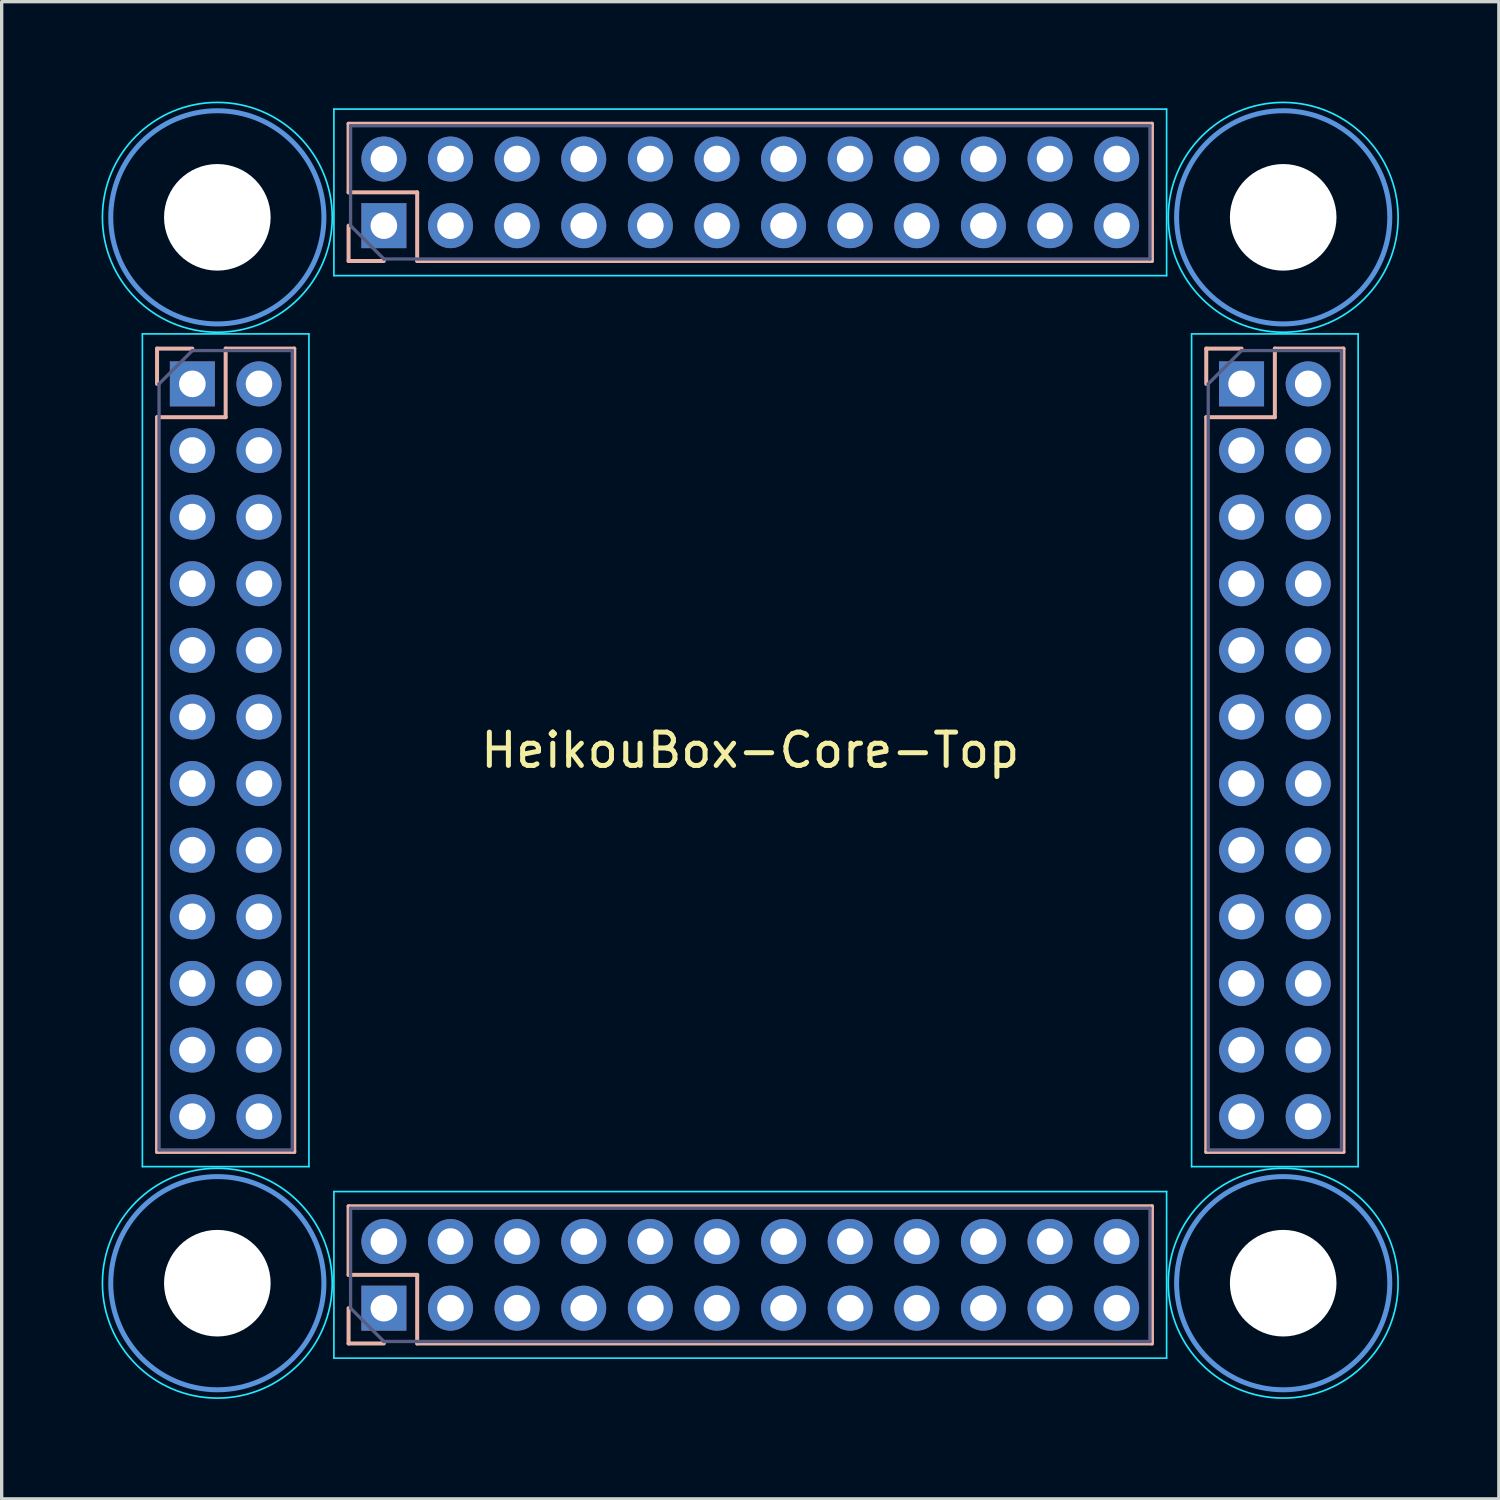
<source format=kicad_pcb>
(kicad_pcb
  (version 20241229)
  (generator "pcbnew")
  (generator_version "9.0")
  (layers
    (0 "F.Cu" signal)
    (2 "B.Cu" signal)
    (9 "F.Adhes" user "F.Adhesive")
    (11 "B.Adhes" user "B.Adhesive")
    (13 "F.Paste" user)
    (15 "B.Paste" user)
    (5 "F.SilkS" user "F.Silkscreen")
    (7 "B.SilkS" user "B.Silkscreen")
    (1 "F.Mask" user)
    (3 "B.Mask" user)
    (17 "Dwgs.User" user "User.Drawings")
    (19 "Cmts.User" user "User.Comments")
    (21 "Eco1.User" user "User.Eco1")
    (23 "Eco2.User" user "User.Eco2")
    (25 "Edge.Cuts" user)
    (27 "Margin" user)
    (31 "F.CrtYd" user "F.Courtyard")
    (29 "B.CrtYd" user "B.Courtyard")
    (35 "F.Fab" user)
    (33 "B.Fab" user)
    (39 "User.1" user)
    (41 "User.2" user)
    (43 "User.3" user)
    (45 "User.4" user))
  (footprint "HeikouBox-Core-Top"
    (layer "F.Cu")
    (at 19.475 19.475)
    (property "Reference" "HeikouBox-Core-Top" (at 0 0 0) (layer "F.SilkS") (effects (font (size 1 1) (thickness 0.15))))
    (attr through_hole)
    (fp_line (start -17.81 -12.06) (end -16.75 -12.06) (stroke (width 0.12) (type solid)) (layer "B.SilkS"))
    (fp_line (start -17.81 -11) (end -17.81 -12.06) (stroke (width 0.12) (type solid)) (layer "B.SilkS"))
    (fp_line (start -17.81 -10) (end -17.81 12.06) (stroke (width 0.12) (type solid)) (layer "B.SilkS"))
    (fp_line (start -17.81 -10) (end -15.75 -10) (stroke (width 0.12) (type solid)) (layer "B.SilkS"))
    (fp_line (start -17.81 12.06) (end -13.69 12.06) (stroke (width 0.12) (type solid)) (layer "B.SilkS"))
    (fp_line (start -15.75 -12.06) (end -13.69 -12.06) (stroke (width 0.12) (type solid)) (layer "B.SilkS"))
    (fp_line (start -15.75 -10) (end -15.75 -12.06) (stroke (width 0.12) (type solid)) (layer "B.SilkS"))
    (fp_line (start -13.69 -12.06) (end -13.69 12.06) (stroke (width 0.12) (type solid)) (layer "B.SilkS"))
    (fp_line (start -12.06 -18.81) (end 12.06 -18.81) (stroke (width 0.12) (type solid)) (layer "B.SilkS"))
    (fp_line (start -12.06 -16.75) (end -12.06 -18.81) (stroke (width 0.12) (type solid)) (layer "B.SilkS"))
    (fp_line (start -12.06 -14.69) (end -12.06 -15.75) (stroke (width 0.12) (type solid)) (layer "B.SilkS"))
    (fp_line (start -12.06 13.69) (end 12.06 13.69) (stroke (width 0.12) (type solid)) (layer "B.SilkS"))
    (fp_line (start -12.06 15.75) (end -12.06 13.69) (stroke (width 0.12) (type solid)) (layer "B.SilkS"))
    (fp_line (start -12.06 17.81) (end -12.06 16.75) (stroke (width 0.12) (type solid)) (layer "B.SilkS"))
    (fp_line (start -11 -14.69) (end -12.06 -14.69) (stroke (width 0.12) (type solid)) (layer "B.SilkS"))
    (fp_line (start -11 17.81) (end -12.06 17.81) (stroke (width 0.12) (type solid)) (layer "B.SilkS"))
    (fp_line (start -10 -16.75) (end -12.06 -16.75) (stroke (width 0.12) (type solid)) (layer "B.SilkS"))
    (fp_line (start -10 -14.69) (end -10 -16.75) (stroke (width 0.12) (type solid)) (layer "B.SilkS"))
    (fp_line (start -10 -14.69) (end 12.06 -14.69) (stroke (width 0.12) (type solid)) (layer "B.SilkS"))
    (fp_line (start -10 15.75) (end -12.06 15.75) (stroke (width 0.12) (type solid)) (layer "B.SilkS"))
    (fp_line (start -10 17.81) (end -10 15.75) (stroke (width 0.12) (type solid)) (layer "B.SilkS"))
    (fp_line (start -10 17.81) (end 12.06 17.81) (stroke (width 0.12) (type solid)) (layer "B.SilkS"))
    (fp_line (start 12.06 -14.69) (end 12.06 -18.81) (stroke (width 0.12) (type solid)) (layer "B.SilkS"))
    (fp_line (start 12.06 17.81) (end 12.06 13.69) (stroke (width 0.12) (type solid)) (layer "B.SilkS"))
    (fp_line (start 13.69 -12.06) (end 14.75 -12.06) (stroke (width 0.12) (type solid)) (layer "B.SilkS"))
    (fp_line (start 13.69 -11) (end 13.69 -12.06) (stroke (width 0.12) (type solid)) (layer "B.SilkS"))
    (fp_line (start 13.69 -10) (end 13.69 12.06) (stroke (width 0.12) (type solid)) (layer "B.SilkS"))
    (fp_line (start 13.69 -10) (end 15.75 -10) (stroke (width 0.12) (type solid)) (layer "B.SilkS"))
    (fp_line (start 13.69 12.06) (end 17.81 12.06) (stroke (width 0.12) (type solid)) (layer "B.SilkS"))
    (fp_line (start 15.75 -12.06) (end 17.81 -12.06) (stroke (width 0.12) (type solid)) (layer "B.SilkS"))
    (fp_line (start 15.75 -10) (end 15.75 -12.06) (stroke (width 0.12) (type solid)) (layer "B.SilkS"))
    (fp_line (start 17.81 -12.06) (end 17.81 12.06) (stroke (width 0.12) (type solid)) (layer "B.SilkS"))
    (fp_circle (center -16 -16) (end -12.8 -16) (stroke (width 0.15) (type solid)) (fill no) (layer "Cmts.User"))
    (fp_circle (center -16 16) (end -12.8 16) (stroke (width 0.15) (type solid)) (fill no) (layer "Cmts.User"))
    (fp_circle (center 16 -16) (end 19.2 -16) (stroke (width 0.15) (type solid)) (fill no) (layer "Cmts.User"))
    (fp_circle (center 16 16) (end 19.2 16) (stroke (width 0.15) (type solid)) (fill no) (layer "Cmts.User"))
    (fp_line (start -18.25 -12.5) (end -18.25 12.5) (stroke (width 0.05) (type solid)) (layer "B.CrtYd"))
    (fp_line (start -18.25 12.5) (end -13.25 12.5) (stroke (width 0.05) (type solid)) (layer "B.CrtYd"))
    (fp_line (start -13.25 -12.5) (end -18.25 -12.5) (stroke (width 0.05) (type solid)) (layer "B.CrtYd"))
    (fp_line (start -13.25 12.5) (end -13.25 -12.5) (stroke (width 0.05) (type solid)) (layer "B.CrtYd"))
    (fp_line (start -12.5 -19.25) (end -12.5 -14.25) (stroke (width 0.05) (type solid)) (layer "B.CrtYd"))
    (fp_line (start -12.5 -14.25) (end 12.5 -14.25) (stroke (width 0.05) (type solid)) (layer "B.CrtYd"))
    (fp_line (start -12.5 13.25) (end -12.5 18.25) (stroke (width 0.05) (type solid)) (layer "B.CrtYd"))
    (fp_line (start -12.5 18.25) (end 12.5 18.25) (stroke (width 0.05) (type solid)) (layer "B.CrtYd"))
    (fp_line (start 12.5 -19.25) (end -12.5 -19.25) (stroke (width 0.05) (type solid)) (layer "B.CrtYd"))
    (fp_line (start 12.5 -14.25) (end 12.5 -19.25) (stroke (width 0.05) (type solid)) (layer "B.CrtYd"))
    (fp_line (start 12.5 13.25) (end -12.5 13.25) (stroke (width 0.05) (type solid)) (layer "B.CrtYd"))
    (fp_line (start 12.5 18.25) (end 12.5 13.25) (stroke (width 0.05) (type solid)) (layer "B.CrtYd"))
    (fp_line (start 13.25 -12.5) (end 13.25 12.5) (stroke (width 0.05) (type solid)) (layer "B.CrtYd"))
    (fp_line (start 13.25 12.5) (end 18.25 12.5) (stroke (width 0.05) (type solid)) (layer "B.CrtYd"))
    (fp_line (start 18.25 -12.5) (end 13.25 -12.5) (stroke (width 0.05) (type solid)) (layer "B.CrtYd"))
    (fp_line (start 18.25 12.5) (end 18.25 -12.5) (stroke (width 0.05) (type solid)) (layer "B.CrtYd"))
    (fp_circle (center -16 -16) (end -12.55 -16) (stroke (width 0.05) (type solid)) (fill no) (layer "B.CrtYd"))
    (fp_circle (center -16 16) (end -12.55 16) (stroke (width 0.05) (type solid)) (fill no) (layer "B.CrtYd"))
    (fp_circle (center 16 -16) (end 19.45 -16) (stroke (width 0.05) (type solid)) (fill no) (layer "B.CrtYd"))
    (fp_circle (center 16 16) (end 19.45 16) (stroke (width 0.05) (type solid)) (fill no) (layer "B.CrtYd"))
    (fp_line (start -17.75 -11) (end -16.75 -12) (stroke (width 0.1) (type solid)) (layer "B.Fab"))
    (fp_line (start -17.75 12) (end -17.75 -11) (stroke (width 0.1) (type solid)) (layer "B.Fab"))
    (fp_line (start -16.75 -12) (end -13.75 -12) (stroke (width 0.1) (type solid)) (layer "B.Fab"))
    (fp_line (start -13.75 -12) (end -13.75 12) (stroke (width 0.1) (type solid)) (layer "B.Fab"))
    (fp_line (start -13.75 12) (end -17.75 12) (stroke (width 0.1) (type solid)) (layer "B.Fab"))
    (fp_line (start -12 -18.75) (end 12 -18.75) (stroke (width 0.1) (type solid)) (layer "B.Fab"))
    (fp_line (start -12 -15.75) (end -12 -18.75) (stroke (width 0.1) (type solid)) (layer "B.Fab"))
    (fp_line (start -12 13.75) (end 12 13.75) (stroke (width 0.1) (type solid)) (layer "B.Fab"))
    (fp_line (start -12 16.75) (end -12 13.75) (stroke (width 0.1) (type solid)) (layer "B.Fab"))
    (fp_line (start -11 -14.75) (end -12 -15.75) (stroke (width 0.1) (type solid)) (layer "B.Fab"))
    (fp_line (start -11 17.75) (end -12 16.75) (stroke (width 0.1) (type solid)) (layer "B.Fab"))
    (fp_line (start 12 -18.75) (end 12 -14.75) (stroke (width 0.1) (type solid)) (layer "B.Fab"))
    (fp_line (start 12 -14.75) (end -11 -14.75) (stroke (width 0.1) (type solid)) (layer "B.Fab"))
    (fp_line (start 12 13.75) (end 12 17.75) (stroke (width 0.1) (type solid)) (layer "B.Fab"))
    (fp_line (start 12 17.75) (end -11 17.75) (stroke (width 0.1) (type solid)) (layer "B.Fab"))
    (fp_line (start 13.75 -11) (end 14.75 -12) (stroke (width 0.1) (type solid)) (layer "B.Fab"))
    (fp_line (start 13.75 12) (end 13.75 -11) (stroke (width 0.1) (type solid)) (layer "B.Fab"))
    (fp_line (start 14.75 -12) (end 17.75 -12) (stroke (width 0.1) (type solid)) (layer "B.Fab"))
    (fp_line (start 17.75 -12) (end 17.75 12) (stroke (width 0.1) (type solid)) (layer "B.Fab"))
    (fp_line (start 17.75 12) (end 13.75 12) (stroke (width 0.1) (type solid)) (layer "B.Fab"))
    (pad "" np_thru_hole circle (at -16 -16) (size 3.2 3.2) (drill 3.2) (layers "*.Cu" "*.Mask"))
    (pad "" np_thru_hole circle (at -16 16) (size 3.2 3.2) (drill 3.2) (layers "*.Cu" "*.Mask"))
    (pad "" np_thru_hole circle (at 16 -16) (size 3.2 3.2) (drill 3.2) (layers "*.Cu" "*.Mask"))
    (pad "" np_thru_hole circle (at 16 16) (size 3.2 3.2) (drill 3.2) (layers "*.Cu" "*.Mask"))
    (pad "1" thru_hole rect (at -16.75 -11) (size 1.35 1.35) (drill 0.8) (layers "*.Cu" "*.Mask"))
    (pad "2" thru_hole oval (at -14.75 -11) (size 1.35 1.35) (drill 0.8) (layers "*.Cu" "*.Mask"))
    (pad "3" thru_hole oval (at -16.75 -9) (size 1.35 1.35) (drill 0.8) (layers "*.Cu" "*.Mask"))
    (pad "4" thru_hole oval (at -14.75 -9) (size 1.35 1.35) (drill 0.8) (layers "*.Cu" "*.Mask"))
    (pad "5" thru_hole oval (at -16.75 -7) (size 1.35 1.35) (drill 0.8) (layers "*.Cu" "*.Mask"))
    (pad "6" thru_hole oval (at -14.75 -7) (size 1.35 1.35) (drill 0.8) (layers "*.Cu" "*.Mask"))
    (pad "7" thru_hole oval (at -16.75 -5) (size 1.35 1.35) (drill 0.8) (layers "*.Cu" "*.Mask"))
    (pad "8" thru_hole oval (at -14.75 -5) (size 1.35 1.35) (drill 0.8) (layers "*.Cu" "*.Mask"))
    (pad "9" thru_hole oval (at -16.75 -3) (size 1.35 1.35) (drill 0.8) (layers "*.Cu" "*.Mask"))
    (pad "10" thru_hole oval (at -14.75 -3) (size 1.35 1.35) (drill 0.8) (layers "*.Cu" "*.Mask"))
    (pad "11" thru_hole oval (at -16.75 -1) (size 1.35 1.35) (drill 0.8) (layers "*.Cu" "*.Mask"))
    (pad "12" thru_hole oval (at -14.75 -1) (size 1.35 1.35) (drill 0.8) (layers "*.Cu" "*.Mask"))
    (pad "13" thru_hole oval (at -16.75 1) (size 1.35 1.35) (drill 0.8) (layers "*.Cu" "*.Mask"))
    (pad "14" thru_hole oval (at -14.75 1) (size 1.35 1.35) (drill 0.8) (layers "*.Cu" "*.Mask"))
    (pad "15" thru_hole oval (at -16.75 3) (size 1.35 1.35) (drill 0.8) (layers "*.Cu" "*.Mask"))
    (pad "16" thru_hole oval (at -14.75 3) (size 1.35 1.35) (drill 0.8) (layers "*.Cu" "*.Mask"))
    (pad "17" thru_hole oval (at -16.75 5) (size 1.35 1.35) (drill 0.8) (layers "*.Cu" "*.Mask"))
    (pad "18" thru_hole oval (at -14.75 5) (size 1.35 1.35) (drill 0.8) (layers "*.Cu" "*.Mask"))
    (pad "19" thru_hole oval (at -16.75 7) (size 1.35 1.35) (drill 0.8) (layers "*.Cu" "*.Mask"))
    (pad "20" thru_hole oval (at -14.75 7) (size 1.35 1.35) (drill 0.8) (layers "*.Cu" "*.Mask"))
    (pad "21" thru_hole oval (at -16.75 9) (size 1.35 1.35) (drill 0.8) (layers "*.Cu" "*.Mask"))
    (pad "22" thru_hole oval (at -14.75 9) (size 1.35 1.35) (drill 0.8) (layers "*.Cu" "*.Mask"))
    (pad "23" thru_hole oval (at -16.75 11) (size 1.35 1.35) (drill 0.8) (layers "*.Cu" "*.Mask"))
    (pad "24" thru_hole oval (at -14.75 11) (size 1.35 1.35) (drill 0.8) (layers "*.Cu" "*.Mask"))
    (pad "25" thru_hole rect (at -11 -15.75 90) (size 1.35 1.35) (drill 0.8) (layers "*.Cu" "*.Mask"))
    (pad "26" thru_hole oval (at -11 -17.75 90) (size 1.35 1.35) (drill 0.8) (layers "*.Cu" "*.Mask"))
    (pad "27" thru_hole oval (at -9 -15.75 90) (size 1.35 1.35) (drill 0.8) (layers "*.Cu" "*.Mask"))
    (pad "28" thru_hole oval (at -9 -17.75 90) (size 1.35 1.35) (drill 0.8) (layers "*.Cu" "*.Mask"))
    (pad "29" thru_hole oval (at -7 -15.75 90) (size 1.35 1.35) (drill 0.8) (layers "*.Cu" "*.Mask"))
    (pad "30" thru_hole oval (at -7 -17.75 90) (size 1.35 1.35) (drill 0.8) (layers "*.Cu" "*.Mask"))
    (pad "31" thru_hole oval (at -5 -15.75 90) (size 1.35 1.35) (drill 0.8) (layers "*.Cu" "*.Mask"))
    (pad "32" thru_hole oval (at -5 -17.75 90) (size 1.35 1.35) (drill 0.8) (layers "*.Cu" "*.Mask"))
    (pad "33" thru_hole oval (at -3 -15.75 90) (size 1.35 1.35) (drill 0.8) (layers "*.Cu" "*.Mask"))
    (pad "34" thru_hole oval (at -3 -17.75 90) (size 1.35 1.35) (drill 0.8) (layers "*.Cu" "*.Mask"))
    (pad "35" thru_hole oval (at -1 -15.75 90) (size 1.35 1.35) (drill 0.8) (layers "*.Cu" "*.Mask"))
    (pad "36" thru_hole oval (at -1 -17.75 90) (size 1.35 1.35) (drill 0.8) (layers "*.Cu" "*.Mask"))
    (pad "37" thru_hole oval (at 1 -15.75 90) (size 1.35 1.35) (drill 0.8) (layers "*.Cu" "*.Mask"))
    (pad "38" thru_hole oval (at 1 -17.75 90) (size 1.35 1.35) (drill 0.8) (layers "*.Cu" "*.Mask"))
    (pad "39" thru_hole oval (at 3 -15.75 90) (size 1.35 1.35) (drill 0.8) (layers "*.Cu" "*.Mask"))
    (pad "40" thru_hole oval (at 3 -17.75 90) (size 1.35 1.35) (drill 0.8) (layers "*.Cu" "*.Mask"))
    (pad "41" thru_hole oval (at 5 -15.75 90) (size 1.35 1.35) (drill 0.8) (layers "*.Cu" "*.Mask"))
    (pad "42" thru_hole oval (at 5 -17.75 90) (size 1.35 1.35) (drill 0.8) (layers "*.Cu" "*.Mask"))
    (pad "43" thru_hole oval (at 7 -15.75 90) (size 1.35 1.35) (drill 0.8) (layers "*.Cu" "*.Mask"))
    (pad "44" thru_hole oval (at 7 -17.75 90) (size 1.35 1.35) (drill 0.8) (layers "*.Cu" "*.Mask"))
    (pad "45" thru_hole oval (at 9 -15.75 90) (size 1.35 1.35) (drill 0.8) (layers "*.Cu" "*.Mask"))
    (pad "46" thru_hole oval (at 9 -17.75 90) (size 1.35 1.35) (drill 0.8) (layers "*.Cu" "*.Mask"))
    (pad "47" thru_hole oval (at 11 -15.75 90) (size 1.35 1.35) (drill 0.8) (layers "*.Cu" "*.Mask"))
    (pad "48" thru_hole oval (at 11 -17.75 90) (size 1.35 1.35) (drill 0.8) (layers "*.Cu" "*.Mask"))
    (pad "49" thru_hole rect (at 14.75 -11) (size 1.35 1.35) (drill 0.8) (layers "*.Cu" "*.Mask"))
    (pad "50" thru_hole oval (at 16.75 -11) (size 1.35 1.35) (drill 0.8) (layers "*.Cu" "*.Mask"))
    (pad "51" thru_hole oval (at 14.75 -9) (size 1.35 1.35) (drill 0.8) (layers "*.Cu" "*.Mask"))
    (pad "52" thru_hole oval (at 16.75 -9) (size 1.35 1.35) (drill 0.8) (layers "*.Cu" "*.Mask"))
    (pad "53" thru_hole oval (at 14.75 -7) (size 1.35 1.35) (drill 0.8) (layers "*.Cu" "*.Mask"))
    (pad "54" thru_hole oval (at 16.75 -7) (size 1.35 1.35) (drill 0.8) (layers "*.Cu" "*.Mask"))
    (pad "55" thru_hole oval (at 14.75 -5) (size 1.35 1.35) (drill 0.8) (layers "*.Cu" "*.Mask"))
    (pad "56" thru_hole oval (at 16.75 -5) (size 1.35 1.35) (drill 0.8) (layers "*.Cu" "*.Mask"))
    (pad "57" thru_hole oval (at 14.75 -3) (size 1.35 1.35) (drill 0.8) (layers "*.Cu" "*.Mask"))
    (pad "58" thru_hole oval (at 16.75 -3) (size 1.35 1.35) (drill 0.8) (layers "*.Cu" "*.Mask"))
    (pad "59" thru_hole oval (at 14.75 -1) (size 1.35 1.35) (drill 0.8) (layers "*.Cu" "*.Mask"))
    (pad "60" thru_hole oval (at 16.75 -1) (size 1.35 1.35) (drill 0.8) (layers "*.Cu" "*.Mask"))
    (pad "61" thru_hole oval (at 14.75 1) (size 1.35 1.35) (drill 0.8) (layers "*.Cu" "*.Mask"))
    (pad "62" thru_hole oval (at 16.75 1) (size 1.35 1.35) (drill 0.8) (layers "*.Cu" "*.Mask"))
    (pad "63" thru_hole oval (at 14.75 3) (size 1.35 1.35) (drill 0.8) (layers "*.Cu" "*.Mask"))
    (pad "64" thru_hole oval (at 16.75 3) (size 1.35 1.35) (drill 0.8) (layers "*.Cu" "*.Mask"))
    (pad "65" thru_hole oval (at 14.75 5) (size 1.35 1.35) (drill 0.8) (layers "*.Cu" "*.Mask"))
    (pad "66" thru_hole oval (at 16.75 5) (size 1.35 1.35) (drill 0.8) (layers "*.Cu" "*.Mask"))
    (pad "67" thru_hole oval (at 14.75 7) (size 1.35 1.35) (drill 0.8) (layers "*.Cu" "*.Mask"))
    (pad "68" thru_hole oval (at 16.75 7) (size 1.35 1.35) (drill 0.8) (layers "*.Cu" "*.Mask"))
    (pad "69" thru_hole oval (at 14.75 9) (size 1.35 1.35) (drill 0.8) (layers "*.Cu" "*.Mask"))
    (pad "70" thru_hole oval (at 16.75 9) (size 1.35 1.35) (drill 0.8) (layers "*.Cu" "*.Mask"))
    (pad "71" thru_hole oval (at 14.75 11) (size 1.35 1.35) (drill 0.8) (layers "*.Cu" "*.Mask"))
    (pad "72" thru_hole oval (at 16.75 11) (size 1.35 1.35) (drill 0.8) (layers "*.Cu" "*.Mask"))
    (pad "73" thru_hole rect (at -11 16.75 90) (size 1.35 1.35) (drill 0.8) (layers "*.Cu" "*.Mask"))
    (pad "74" thru_hole oval (at -11 14.75 90) (size 1.35 1.35) (drill 0.8) (layers "*.Cu" "*.Mask"))
    (pad "75" thru_hole oval (at -9 16.75 90) (size 1.35 1.35) (drill 0.8) (layers "*.Cu" "*.Mask"))
    (pad "76" thru_hole oval (at -9 14.75 90) (size 1.35 1.35) (drill 0.8) (layers "*.Cu" "*.Mask"))
    (pad "77" thru_hole oval (at -7 16.75 90) (size 1.35 1.35) (drill 0.8) (layers "*.Cu" "*.Mask"))
    (pad "78" thru_hole oval (at -7 14.75 90) (size 1.35 1.35) (drill 0.8) (layers "*.Cu" "*.Mask"))
    (pad "79" thru_hole oval (at -5 16.75 90) (size 1.35 1.35) (drill 0.8) (layers "*.Cu" "*.Mask"))
    (pad "80" thru_hole oval (at -5 14.75 90) (size 1.35 1.35) (drill 0.8) (layers "*.Cu" "*.Mask"))
    (pad "81" thru_hole oval (at -3 16.75 90) (size 1.35 1.35) (drill 0.8) (layers "*.Cu" "*.Mask"))
    (pad "82" thru_hole oval (at -3 14.75 90) (size 1.35 1.35) (drill 0.8) (layers "*.Cu" "*.Mask"))
    (pad "83" thru_hole oval (at -1 16.75 90) (size 1.35 1.35) (drill 0.8) (layers "*.Cu" "*.Mask"))
    (pad "84" thru_hole oval (at -1 14.75 90) (size 1.35 1.35) (drill 0.8) (layers "*.Cu" "*.Mask"))
    (pad "85" thru_hole oval (at 1 16.75 90) (size 1.35 1.35) (drill 0.8) (layers "*.Cu" "*.Mask"))
    (pad "86" thru_hole oval (at 1 14.75 90) (size 1.35 1.35) (drill 0.8) (layers "*.Cu" "*.Mask"))
    (pad "87" thru_hole oval (at 3 16.75 90) (size 1.35 1.35) (drill 0.8) (layers "*.Cu" "*.Mask"))
    (pad "88" thru_hole oval (at 3 14.75 90) (size 1.35 1.35) (drill 0.8) (layers "*.Cu" "*.Mask"))
    (pad "89" thru_hole oval (at 5 16.75 90) (size 1.35 1.35) (drill 0.8) (layers "*.Cu" "*.Mask"))
    (pad "90" thru_hole oval (at 5 14.75 90) (size 1.35 1.35) (drill 0.8) (layers "*.Cu" "*.Mask"))
    (pad "91" thru_hole oval (at 7 16.75 90) (size 1.35 1.35) (drill 0.8) (layers "*.Cu" "*.Mask"))
    (pad "92" thru_hole oval (at 7 14.75 90) (size 1.35 1.35) (drill 0.8) (layers "*.Cu" "*.Mask"))
    (pad "93" thru_hole oval (at 9 16.75 90) (size 1.35 1.35) (drill 0.8) (layers "*.Cu" "*.Mask"))
    (pad "94" thru_hole oval (at 9 14.75 90) (size 1.35 1.35) (drill 0.8) (layers "*.Cu" "*.Mask"))
    (pad "95" thru_hole oval (at 11 16.75 90) (size 1.35 1.35) (drill 0.8) (layers "*.Cu" "*.Mask"))
    (pad "96" thru_hole oval (at 11 14.75 90) (size 1.35 1.35) (drill 0.8) (layers "*.Cu" "*.Mask")))
  (gr_rect
    (start -3 -3)
    (end 41.95 41.95)
    (stroke (width 0.1) (type default))
    (fill no)
    (layer "Edge.Cuts")))
</source>
